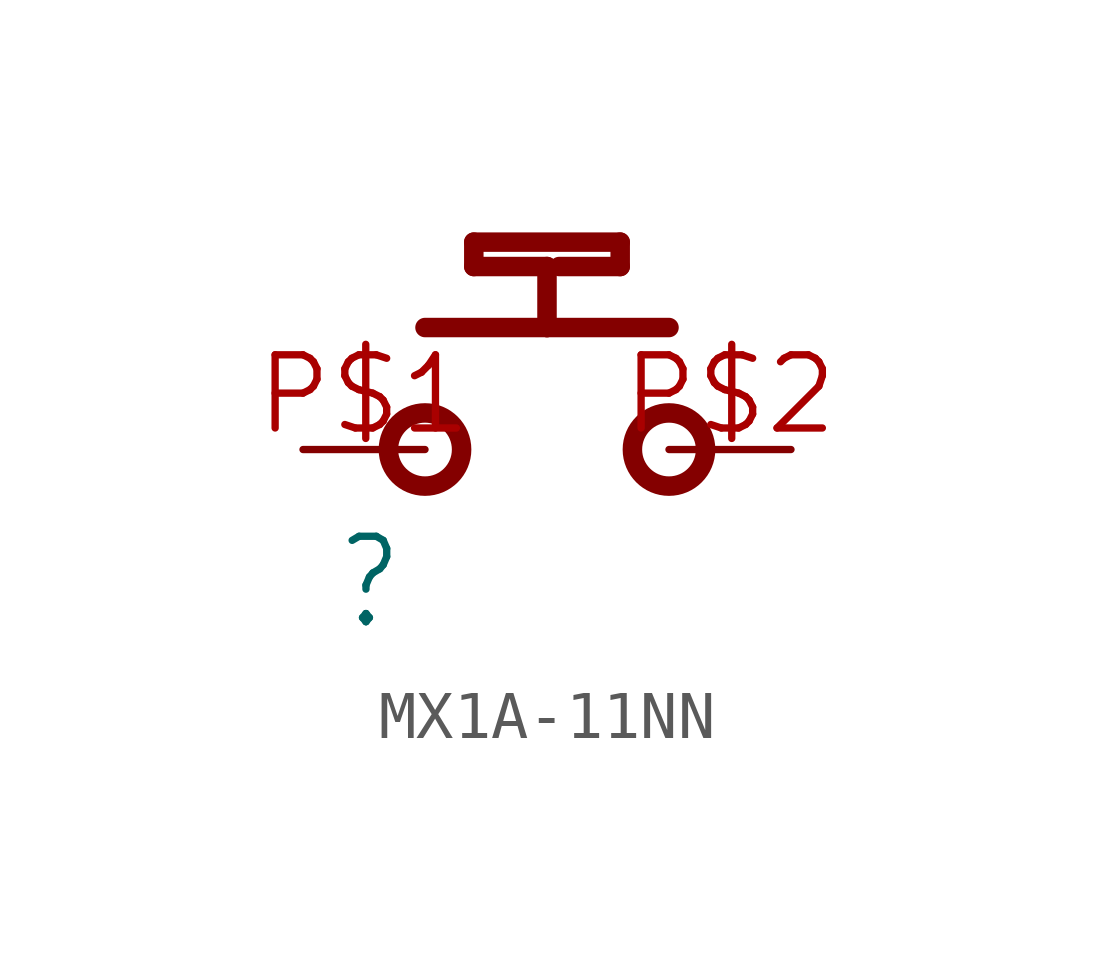
<source format=kicad_sym>
(kicad_symbol_lib
  (version 20241209)
  (generator "kicad_symbol_editor")
  (generator_version "9.0")
  (symbol "MX1A-11NN"
    (property "Reference" ""
      (at -4.445 -3.81 0)
      (effects (font (size 1.778 1.511)) (justify left bottom)))
    (property "ki_locked" ""
      (at 0 0 0)
      (effects (font (size 1.27 1.27))))
    (symbol "MX1A-11NN_1_0"
      (polyline (pts (xy -2.54 2.54) (xy 0 2.54)) (stroke (width 0.406) (type solid)) (fill (type none)))
      (circle (center -2.54 0) (radius 0.762) (stroke (width 0.406) (type solid)) (fill (type none)))
      (polyline (pts (xy -1.524 4.318) (xy 1.524 4.318)) (stroke (width 0.406) (type solid)) (fill (type none)))
      (polyline (pts (xy -1.524 3.81) (xy -1.524 4.318)) (stroke (width 0.406) (type solid)) (fill (type none)))
      (polyline (pts (xy 0 3.81) (xy -1.524 3.81)) (stroke (width 0.406) (type solid)) (fill (type none)))
      (polyline (pts (xy 0 2.54) (xy 0 3.81)) (stroke (width 0.406) (type solid)) (fill (type none)))
      (polyline (pts (xy 1.524 4.318) (xy 1.524 3.81)) (stroke (width 0.406) (type solid)) (fill (type none)))
      (polyline (pts (xy 1.524 3.81) (xy 0.254 3.81)) (stroke (width 0.406) (type solid)) (fill (type none)))
      (polyline (pts (xy 2.54 2.54) (xy 0 2.54)) (stroke (width 0.406) (type solid)) (fill (type none)))
      (circle (center 2.54 0) (radius 0.762) (stroke (width 0.406) (type solid)) (fill (type none)))
      (pin passive line (at -5.08 0 0) (length 2.54) (name "P" (effects (font (size 0 0)))) (number "P$1" (effects (font (size 1.524 1.524)))))
      (pin passive line (at 5.08 0 180) (length 2.54) (name "S" (effects (font (size 0 0)))) (number "P$2" (effects (font (size 1.524 1.524))))))))
</source>
